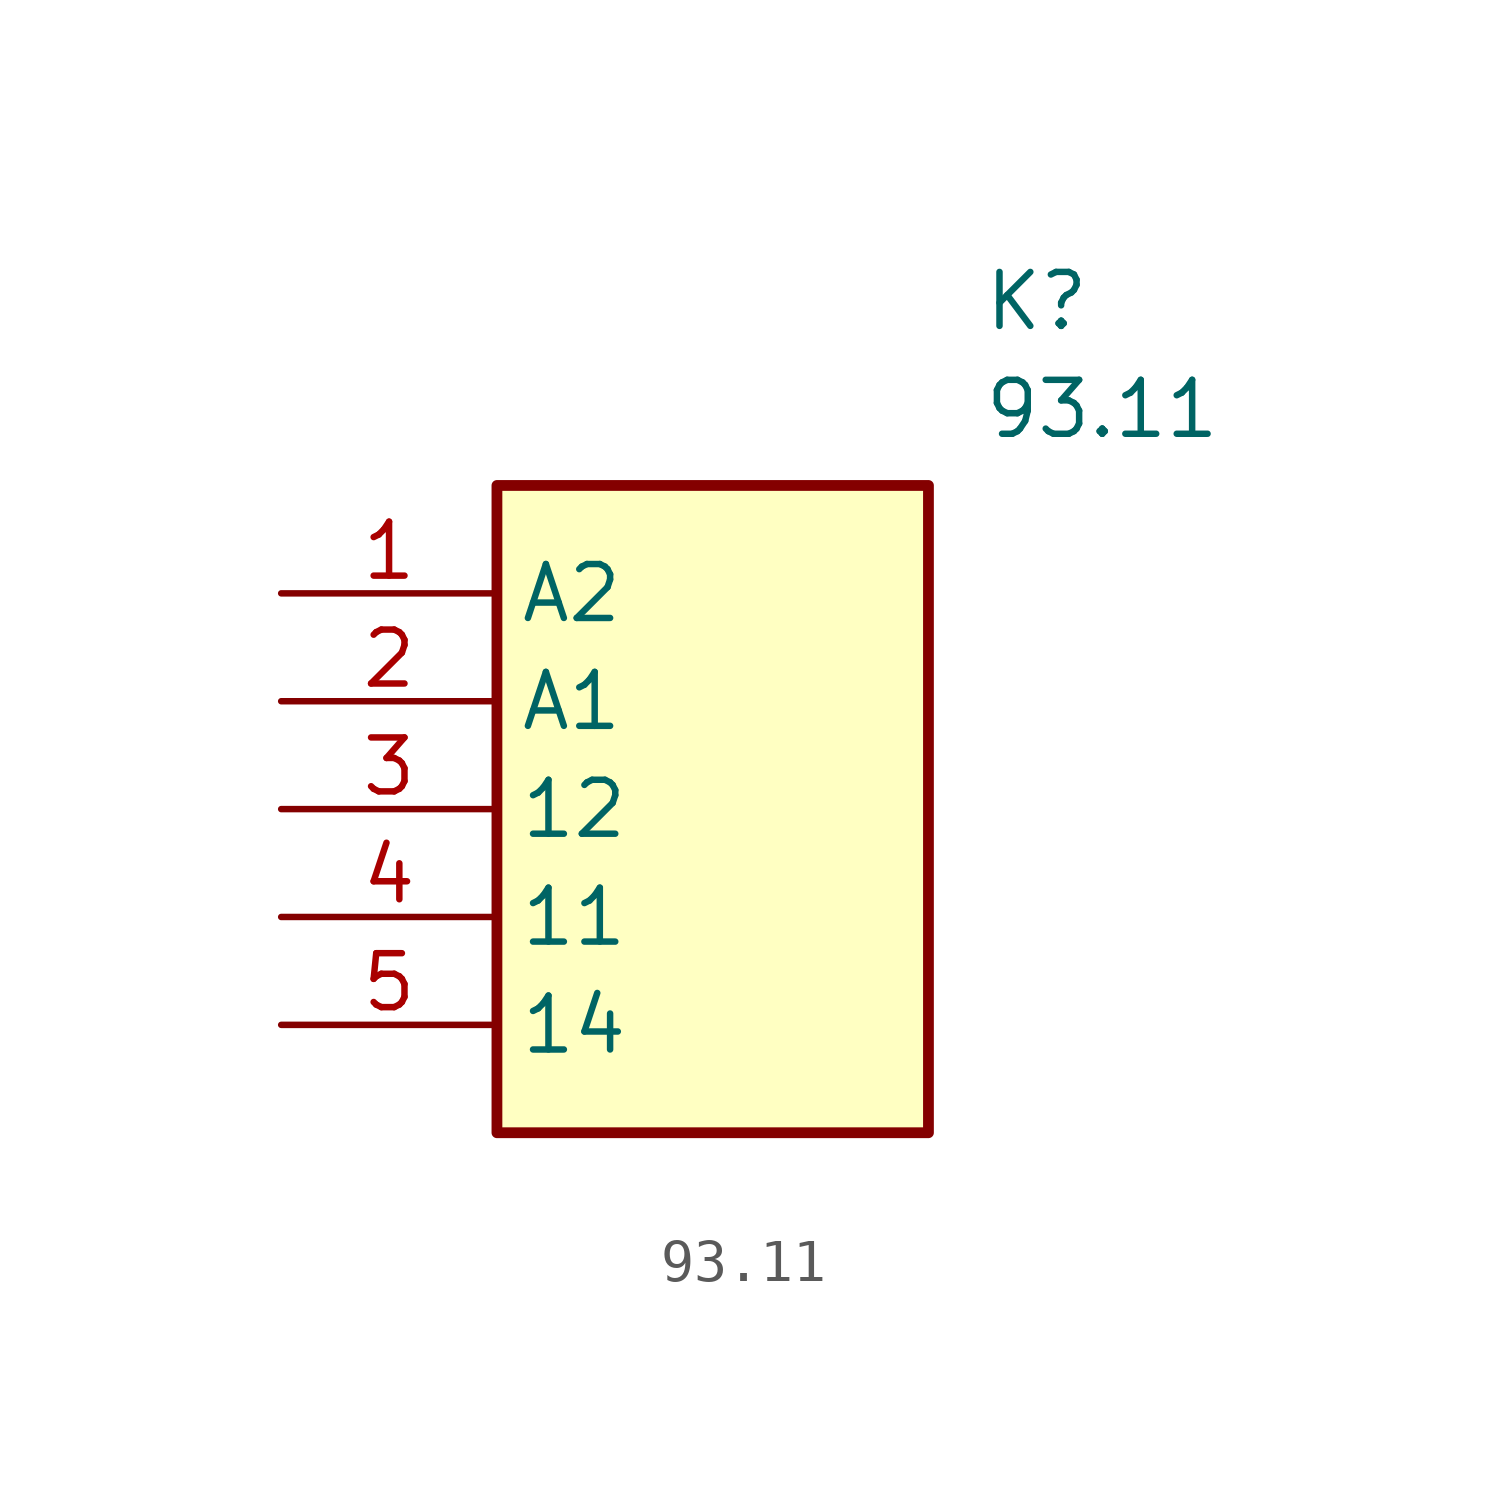
<source format=kicad_sym>
(kicad_symbol_lib
  (version 20211014)
  (generator SamacSys_ECAD_Model)
  (symbol "93.11"
    (property "Reference" "K"
      (at 16.51 7.62 0)
      (effects (font (size 1.27 1.27)) (justify left top)))
    (property "Value" "93.11"
      (at 16.51 5.08 0)
      (effects (font (size 1.27 1.27)) (justify left top)))
    (rectangle
      (start 5.08 2.54)
      (end 15.24 -12.7)
      (stroke (width 0.254) (type default))
      (fill (type background)))
    (pin passive line
      (at 0 0 0)
      (length 5.08)
      (name "A2" (effects (font (size 1.27 1.27))))
      (number "1" (effects (font (size 1.27 1.27)))))
    (pin passive line
      (at 0 -2.54 0)
      (length 5.08)
      (name "A1" (effects (font (size 1.27 1.27))))
      (number "2" (effects (font (size 1.27 1.27)))))
    (pin passive line
      (at 0 -5.08 0)
      (length 5.08)
      (name "12" (effects (font (size 1.27 1.27))))
      (number "3" (effects (font (size 1.27 1.27)))))
    (pin passive line
      (at 0 -7.62 0)
      (length 5.08)
      (name "11" (effects (font (size 1.27 1.27))))
      (number "4" (effects (font (size 1.27 1.27)))))
    (pin passive line
      (at 0 -10.16 0)
      (length 5.08)
      (name "14" (effects (font (size 1.27 1.27))))
      (number "5" (effects (font (size 1.27 1.27)))))))
</source>
